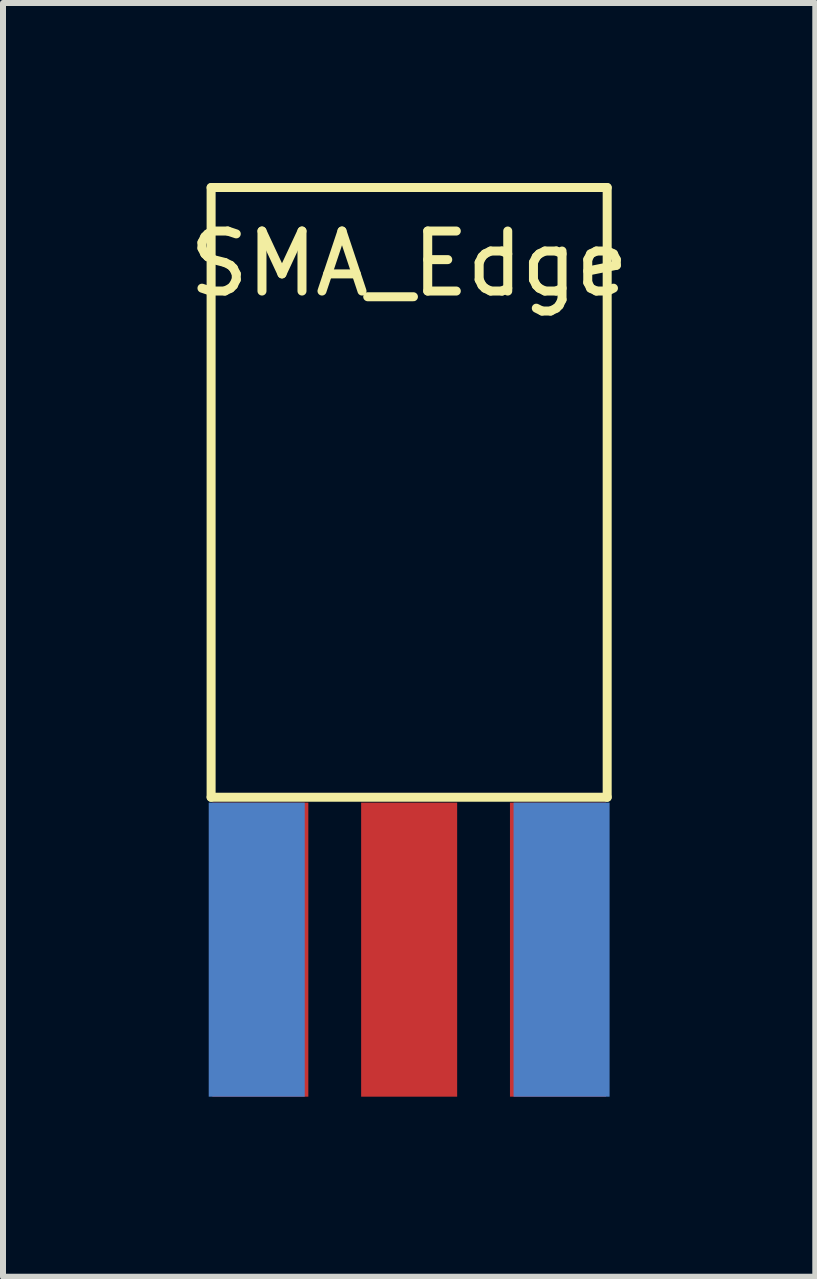
<source format=kicad_pcb>
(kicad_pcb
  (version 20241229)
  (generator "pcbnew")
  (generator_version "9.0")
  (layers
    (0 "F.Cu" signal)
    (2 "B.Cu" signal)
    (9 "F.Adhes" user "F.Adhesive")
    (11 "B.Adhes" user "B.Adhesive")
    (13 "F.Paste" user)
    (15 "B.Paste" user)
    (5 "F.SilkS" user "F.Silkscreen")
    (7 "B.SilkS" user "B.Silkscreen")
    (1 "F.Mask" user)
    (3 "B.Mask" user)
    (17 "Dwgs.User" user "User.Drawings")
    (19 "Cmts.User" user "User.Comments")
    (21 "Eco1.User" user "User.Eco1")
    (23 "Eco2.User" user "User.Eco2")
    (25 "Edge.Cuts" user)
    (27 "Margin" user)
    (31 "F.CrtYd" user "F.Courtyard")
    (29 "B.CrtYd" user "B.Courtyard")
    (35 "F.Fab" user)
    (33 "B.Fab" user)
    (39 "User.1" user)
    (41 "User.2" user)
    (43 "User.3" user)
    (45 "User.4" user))
  (footprint "SMA_Edge"
    (layer "F.Cu")
    (at 3.768 12.775)
    (property "Reference" "SMA_Edge" (at 0 -11.43 0) (layer "F.SilkS") (effects (font (size 1 1) (thickness 0.15))))
    (attr through_hole)
    (fp_line (start -3.3 -12.7) (end -3.3 -2.54) (stroke (width 0.15) (type solid)) (layer "F.SilkS"))
    (fp_line (start -3.3 -2.54) (end 3.3 -2.54) (stroke (width 0.15) (type solid)) (layer "F.SilkS"))
    (fp_line (start 3.3 -12.7) (end -3.3 -12.7) (stroke (width 0.15) (type solid)) (layer "F.SilkS"))
    (fp_line (start 3.3 -12.7) (end 3.3 -2.54) (stroke (width 0.15) (type solid)) (layer "F.SilkS"))
    (pad "1" connect rect (at 0 0) (size 1.6 4.9) (layers "F.Cu" "F.Mask"))
    (pad "2" smd rect (at -2.54 0) (size 1.6 4.9) (layers "F.Mask" "B.Cu" "F.Paste"))
    (pad "2" connect rect (at -2.48 0) (size 1.6 4.9) (layers "F.Cu" "F.Mask"))
    (pad "2" smd rect (at 2.48 0) (size 1.6 4.9) (layers "F.Cu" "F.Mask" "F.Paste"))
    (pad "2" smd rect (at 2.54 0) (size 1.6 4.9) (layers "F.Mask" "B.Cu" "F.Paste")))
  (gr_rect
    (start -3 -3)
    (end 10.536 18.225)
    (stroke (width 0.1) (type default))
    (fill no)
    (layer "Edge.Cuts")))
</source>
